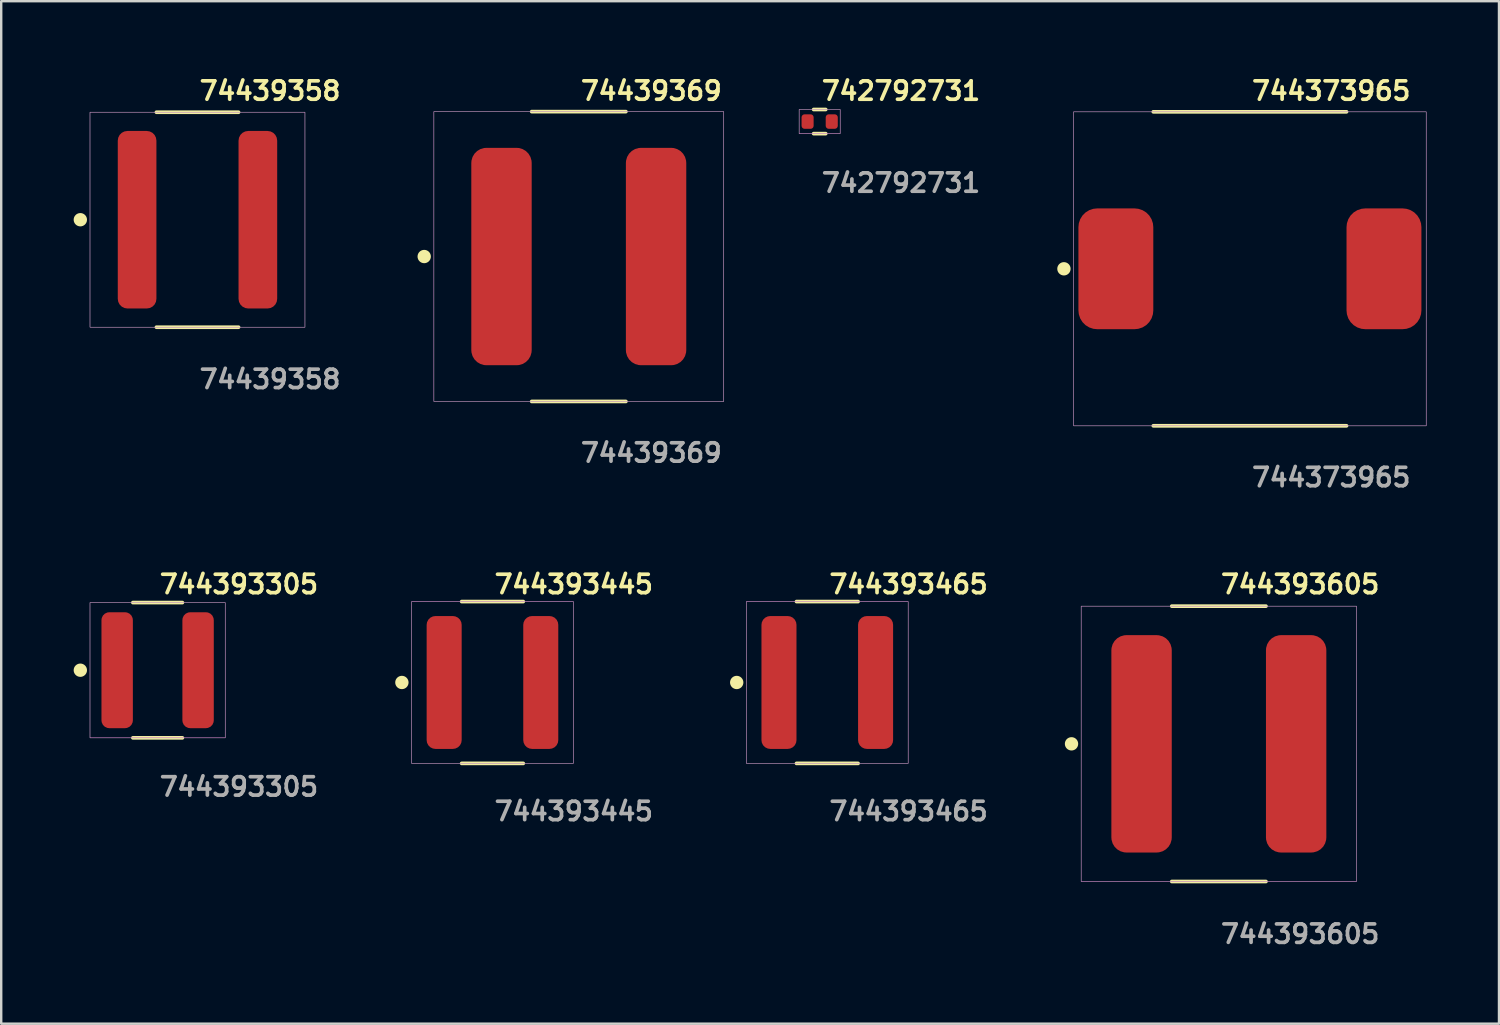
<source format=kicad_pcb>
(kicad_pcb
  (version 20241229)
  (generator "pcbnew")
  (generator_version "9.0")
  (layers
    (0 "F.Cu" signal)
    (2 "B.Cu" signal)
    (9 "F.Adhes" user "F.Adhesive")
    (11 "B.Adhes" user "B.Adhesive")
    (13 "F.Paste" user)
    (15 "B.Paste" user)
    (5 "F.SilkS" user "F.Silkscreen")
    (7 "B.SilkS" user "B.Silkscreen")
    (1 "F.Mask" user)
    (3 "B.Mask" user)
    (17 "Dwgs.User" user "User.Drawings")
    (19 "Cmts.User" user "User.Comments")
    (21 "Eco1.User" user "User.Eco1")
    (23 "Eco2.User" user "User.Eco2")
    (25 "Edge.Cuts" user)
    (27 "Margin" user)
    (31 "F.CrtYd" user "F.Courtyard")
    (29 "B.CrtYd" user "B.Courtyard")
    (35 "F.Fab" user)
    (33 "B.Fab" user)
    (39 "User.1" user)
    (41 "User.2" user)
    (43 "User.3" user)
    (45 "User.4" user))
  (footprint "744393465"
    (layer "F.Cu")
    (at 31.201 25.206)
    (property "Reference" "744393465" (at 0 -4.064 0) (unlocked yes) (layer "F.SilkS") (effects (font (size 0.762 0.762) (thickness 0.152)) (justify left)))
    (fp_line (start 1.275 -3.35) (end -1.275 -3.35) (stroke (width 0.152) (type solid)) (layer "F.SilkS"))
    (fp_line (start 1.275 3.35) (end -1.275 3.35) (stroke (width 0.152) (type solid)) (layer "F.SilkS"))
    (fp_circle (center -3.75 0) (end -3.95 0) (stroke (width 0.152) (type solid)) (fill yes) (layer "F.SilkS"))
    (fp_rect (start -3.35 -3.35) (end 3.35 3.35) (stroke (width 0.006) (type solid)) (fill no) (layer "F.CrtYd"))
    (fp_rect (start -3.35 -3.35) (end 3.35 3.35) (stroke (width 0.025) (type default)) (fill no) (layer "F.Fab"))
    (fp_text user "${REFERENCE}" (at 0 5.334 0) (unlocked yes) (layer "F.Fab") (effects (font (size 0.762 0.762) (thickness 0.152)) (justify left)))
    (pad "1" smd roundrect (at -2 0) (size 1.45 5.5) (layers "F.Cu" "F.Mask" "F.Paste") (roundrect_rratio 0.25))
    (pad "2" smd roundrect (at 2 0) (size 1.45 5.5) (layers "F.Cu" "F.Mask" "F.Paste") (roundrect_rratio 0.25)))
  (footprint "744393445"
    (layer "F.Cu")
    (at 17.339 25.206)
    (property "Reference" "744393445" (at 0 -4.064 0) (unlocked yes) (layer "F.SilkS") (effects (font (size 0.762 0.762) (thickness 0.152)) (justify left)))
    (fp_line (start 1.275 -3.35) (end -1.275 -3.35) (stroke (width 0.152) (type solid)) (layer "F.SilkS"))
    (fp_line (start 1.275 3.35) (end -1.275 3.35) (stroke (width 0.152) (type solid)) (layer "F.SilkS"))
    (fp_circle (center -3.75 0) (end -3.95 0) (stroke (width 0.152) (type solid)) (fill yes) (layer "F.SilkS"))
    (fp_rect (start -3.35 -3.35) (end 3.35 3.35) (stroke (width 0.006) (type solid)) (fill no) (layer "F.CrtYd"))
    (fp_rect (start -3.35 -3.35) (end 3.35 3.35) (stroke (width 0.025) (type default)) (fill no) (layer "F.Fab"))
    (fp_text user "${REFERENCE}" (at 0 5.334 0) (unlocked yes) (layer "F.Fab") (effects (font (size 0.762 0.762) (thickness 0.152)) (justify left)))
    (pad "1" smd roundrect (at -2 0) (size 1.45 5.5) (layers "F.Cu" "F.Mask" "F.Paste") (roundrect_rratio 0.25))
    (pad "2" smd roundrect (at 2 0) (size 1.45 5.5) (layers "F.Cu" "F.Mask" "F.Paste") (roundrect_rratio 0.25)))
  (footprint "744393605"
    (layer "F.Cu")
    (at 47.413 27.746)
    (property "Reference" "744393605" (at 0 -6.604 0) (unlocked yes) (layer "F.SilkS") (effects (font (size 0.762 0.762) (thickness 0.152)) (justify left)))
    (fp_line (start 1.95 -5.7) (end -1.95 -5.7) (stroke (width 0.152) (type solid)) (layer "F.SilkS"))
    (fp_line (start 1.95 5.7) (end -1.95 5.7) (stroke (width 0.152) (type solid)) (layer "F.SilkS"))
    (fp_circle (center -6.1 0) (end -6.3 0) (stroke (width 0.152) (type solid)) (fill yes) (layer "F.SilkS"))
    (fp_rect (start -5.7 -5.7) (end 5.7 5.7) (stroke (width 0.006) (type solid)) (fill no) (layer "F.CrtYd"))
    (fp_rect (start -5.7 -5.7) (end 5.7 5.7) (stroke (width 0.025) (type default)) (fill no) (layer "F.Fab"))
    (fp_text user "${REFERENCE}" (at 0 7.874 0) (unlocked yes) (layer "F.Fab") (effects (font (size 0.762 0.762) (thickness 0.152)) (justify left)))
    (pad "1" smd roundrect (at -3.2 0) (size 2.5 9) (layers "F.Cu" "F.Mask" "F.Paste") (roundrect_rratio 0.25))
    (pad "2" smd roundrect (at 3.2 0) (size 2.5 9) (layers "F.Cu" "F.Mask" "F.Paste") (roundrect_rratio 0.25)))
  (footprint "742792731"
    (layer "F.Cu")
    (at 30.886 1.983)
    (property "Reference" "742792731" (at 0 -1.27 0) (unlocked yes) (layer "F.SilkS") (effects (font (size 0.762 0.762) (thickness 0.152)) (justify left)))
    (fp_line (start 0.25 -0.5) (end -0.25 -0.5) (stroke (width 0.152) (type solid)) (layer "F.SilkS"))
    (fp_line (start 0.25 0.5) (end -0.25 0.5) (stroke (width 0.152) (type solid)) (layer "F.SilkS"))
    (fp_rect (start -0.85 -0.5) (end 0.85 0.5) (stroke (width 0.006) (type solid)) (fill no) (layer "F.CrtYd"))
    (fp_rect (start -0.85 -0.5) (end 0.85 0.5) (stroke (width 0.025) (type default)) (fill no) (layer "F.Fab"))
    (fp_text user "${REFERENCE}" (at 0 2.54 0) (unlocked yes) (layer "F.Fab") (effects (font (size 0.762 0.762) (thickness 0.152)) (justify left)))
    (pad "1" smd roundrect (at -0.5 0) (size 0.5 0.6) (layers "F.Cu" "F.Mask" "F.Paste") (roundrect_rratio 0.25))
    (pad "2" smd roundrect (at 0.5 0) (size 0.5 0.6) (layers "F.Cu" "F.Mask" "F.Paste") (roundrect_rratio 0.25)))
  (footprint "74439358"
    (layer "F.Cu")
    (at 5.126 6.047)
    (property "Reference" "74439358" (at 0 -5.334 0) (unlocked yes) (layer "F.SilkS") (effects (font (size 0.762 0.762) (thickness 0.152)) (justify left)))
    (fp_line (start 1.7 -4.45) (end -1.7 -4.45) (stroke (width 0.152) (type solid)) (layer "F.SilkS"))
    (fp_line (start 1.7 4.45) (end -1.7 4.45) (stroke (width 0.152) (type solid)) (layer "F.SilkS"))
    (fp_circle (center -4.85 0) (end -5.05 0) (stroke (width 0.152) (type solid)) (fill yes) (layer "F.SilkS"))
    (fp_rect (start -4.45 -4.45) (end 4.45 4.45) (stroke (width 0.006) (type solid)) (fill no) (layer "F.CrtYd"))
    (fp_rect (start -4.45 -4.45) (end 4.45 4.45) (stroke (width 0.025) (type default)) (fill no) (layer "F.Fab"))
    (fp_text user "${REFERENCE}" (at 0 6.604 0) (unlocked yes) (layer "F.Fab") (effects (font (size 0.762 0.762) (thickness 0.152)) (justify left)))
    (pad "1" smd roundrect (at -2.5 0) (size 1.6 7.35) (layers "F.Cu" "F.Mask" "F.Paste") (roundrect_rratio 0.25))
    (pad "2" smd roundrect (at 2.5 0) (size 1.6 7.35) (layers "F.Cu" "F.Mask" "F.Paste") (roundrect_rratio 0.25)))
  (footprint "744373965"
    (layer "F.Cu")
    (at 48.699 8.079)
    (property "Reference" "744373965" (at 0 -7.366 0) (unlocked yes) (layer "F.SilkS") (effects (font (size 0.762 0.762) (thickness 0.152)) (justify left)))
    (fp_line (start 4 -6.5) (end -4 -6.5) (stroke (width 0.152) (type solid)) (layer "F.SilkS"))
    (fp_line (start 4 6.5) (end -4 6.5) (stroke (width 0.152) (type solid)) (layer "F.SilkS"))
    (fp_circle (center -7.7 0) (end -7.9 0) (stroke (width 0.152) (type solid)) (fill yes) (layer "F.SilkS"))
    (fp_rect (start -7.3 -6.5) (end 7.3 6.5) (stroke (width 0.006) (type solid)) (fill no) (layer "F.CrtYd"))
    (fp_rect (start -7.3 -6.5) (end 7.3 6.5) (stroke (width 0.025) (type default)) (fill no) (layer "F.Fab"))
    (fp_text user "${REFERENCE}" (at 0 8.636 0) (unlocked yes) (layer "F.Fab") (effects (font (size 0.762 0.762) (thickness 0.152)) (justify left)))
    (pad "1" smd roundrect (at -5.55 0) (size 3.1 5) (layers "F.Cu" "F.Mask" "F.Paste") (roundrect_rratio 0.25))
    (pad "2" smd roundrect (at 5.55 0) (size 3.1 5) (layers "F.Cu" "F.Mask" "F.Paste") (roundrect_rratio 0.25)))
  (footprint "744393305"
    (layer "F.Cu")
    (at 3.476 24.698)
    (property "Reference" "744393305" (at 0 -3.556 0) (unlocked yes) (layer "F.SilkS") (effects (font (size 0.762 0.762) (thickness 0.152)) (justify left)))
    (fp_line (start 1.025 -2.8) (end -1.025 -2.8) (stroke (width 0.152) (type solid)) (layer "F.SilkS"))
    (fp_line (start 1.025 2.8) (end -1.025 2.8) (stroke (width 0.152) (type solid)) (layer "F.SilkS"))
    (fp_circle (center -3.2 0) (end -3.4 0) (stroke (width 0.152) (type solid)) (fill yes) (layer "F.SilkS"))
    (fp_rect (start -2.8 -2.8) (end 2.8 2.8) (stroke (width 0.006) (type solid)) (fill no) (layer "F.CrtYd"))
    (fp_rect (start -2.8 -2.8) (end 2.8 2.8) (stroke (width 0.025) (type default)) (fill no) (layer "F.Fab"))
    (fp_text user "${REFERENCE}" (at 0 4.826 0) (unlocked yes) (layer "F.Fab") (effects (font (size 0.762 0.762) (thickness 0.152)) (justify left)))
    (pad "1" smd roundrect (at -1.675 0) (size 1.3 4.8) (layers "F.Cu" "F.Mask" "F.Paste") (roundrect_rratio 0.25))
    (pad "2" smd roundrect (at 1.675 0) (size 1.3 4.8) (layers "F.Cu" "F.Mask" "F.Paste") (roundrect_rratio 0.25)))
  (footprint "74439369"
    (layer "F.Cu")
    (at 20.913 7.571)
    (property "Reference" "74439369" (at 0 -6.858 0) (unlocked yes) (layer "F.SilkS") (effects (font (size 0.762 0.762) (thickness 0.152)) (justify left)))
    (fp_line (start 1.95 -6) (end -1.95 -6) (stroke (width 0.152) (type solid)) (layer "F.SilkS"))
    (fp_line (start 1.95 6) (end -1.95 6) (stroke (width 0.152) (type solid)) (layer "F.SilkS"))
    (fp_circle (center -6.4 0) (end -6.6 0) (stroke (width 0.152) (type solid)) (fill yes) (layer "F.SilkS"))
    (fp_rect (start -6 -6) (end 6 6) (stroke (width 0.006) (type solid)) (fill no) (layer "F.CrtYd"))
    (fp_rect (start -6 -6) (end 6 6) (stroke (width 0.025) (type default)) (fill no) (layer "F.Fab"))
    (fp_text user "${REFERENCE}" (at 0 8.128 0) (unlocked yes) (layer "F.Fab") (effects (font (size 0.762 0.762) (thickness 0.152)) (justify left)))
    (pad "1" smd roundrect (at -3.2 0) (size 2.5 9) (layers "F.Cu" "F.Mask" "F.Paste") (roundrect_rratio 0.25))
    (pad "2" smd roundrect (at 3.2 0) (size 2.5 9) (layers "F.Cu" "F.Mask" "F.Paste") (roundrect_rratio 0.25)))
  (gr_rect
    (start -3 -3)
    (end 59.011 39.333)
    (stroke (width 0.1) (type default))
    (fill no)
    (layer "Edge.Cuts")))
</source>
